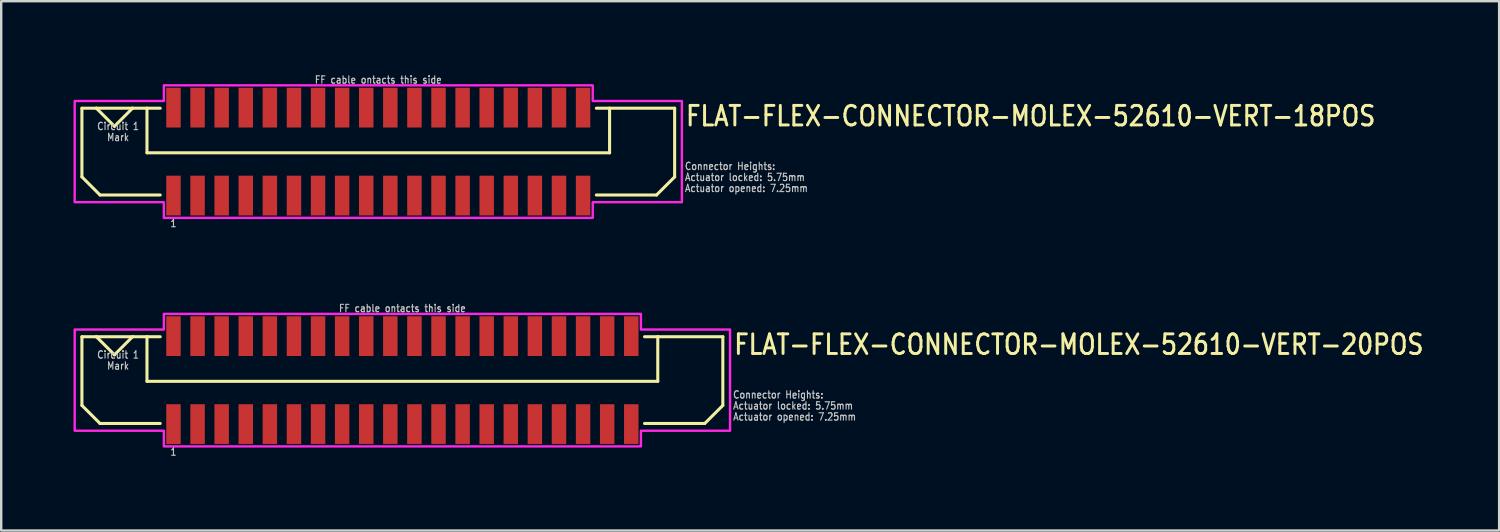
<source format=kicad_pcb>
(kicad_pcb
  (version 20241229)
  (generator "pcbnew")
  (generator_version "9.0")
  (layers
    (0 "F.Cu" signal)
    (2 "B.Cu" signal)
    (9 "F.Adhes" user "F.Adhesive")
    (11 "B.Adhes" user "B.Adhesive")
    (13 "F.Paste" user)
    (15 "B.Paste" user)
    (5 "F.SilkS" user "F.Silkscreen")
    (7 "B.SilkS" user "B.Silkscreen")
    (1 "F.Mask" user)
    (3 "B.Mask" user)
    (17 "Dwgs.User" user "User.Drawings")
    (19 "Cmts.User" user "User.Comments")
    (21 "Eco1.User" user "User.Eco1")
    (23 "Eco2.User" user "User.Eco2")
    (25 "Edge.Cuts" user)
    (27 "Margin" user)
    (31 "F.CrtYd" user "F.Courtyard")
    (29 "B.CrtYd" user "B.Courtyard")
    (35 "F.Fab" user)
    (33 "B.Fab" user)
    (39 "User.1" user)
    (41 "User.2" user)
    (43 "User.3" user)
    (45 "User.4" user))
  (footprint "FLAT-FLEX-CONNECTOR-MOLEX-52610-VERT-18POS"
    (layer "F.Cu")
    (at 12.65 3.242)
    (property "Reference" "FLAT-FLEX-CONNECTOR-MOLEX-52610-VERT-18POS" (at 12.7 -1 0) (unlocked yes) (layer "F.SilkS") (effects (font (size 0.813 0.695) (thickness 0.122)) (justify left bottom)))
    (fp_line (start -12.3 -1.8) (end -12.3 1.05) (stroke (width 0.127) (type solid)) (layer "F.SilkS"))
    (fp_line (start -12.3 1.05) (end -11.55 1.8) (stroke (width 0.127) (type solid)) (layer "F.SilkS"))
    (fp_line (start -11.7 -1.8) (end -12.3 -1.8) (stroke (width 0.127) (type solid)) (layer "F.SilkS"))
    (fp_line (start -11.7 -1.8) (end -10.95 -1.05) (stroke (width 0.127) (type solid)) (layer "F.SilkS"))
    (fp_line (start -11.55 1.8) (end -9.05 1.8) (stroke (width 0.127) (type solid)) (layer "F.SilkS"))
    (fp_line (start -10.95 -1.05) (end -10.2 -1.8) (stroke (width 0.127) (type solid)) (layer "F.SilkS"))
    (fp_line (start -10.2 -1.8) (end -11.7 -1.8) (stroke (width 0.127) (type solid)) (layer "F.SilkS"))
    (fp_line (start -9.6 -1.8) (end -10.2 -1.8) (stroke (width 0.127) (type solid)) (layer "F.SilkS"))
    (fp_line (start -9.6 -1.8) (end -9.6 0.05) (stroke (width 0.127) (type solid)) (layer "F.SilkS"))
    (fp_line (start -9.6 0.05) (end 9.6 0.05) (stroke (width 0.127) (type solid)) (layer "F.SilkS"))
    (fp_line (start -9.05 -1.8) (end -9.6 -1.8) (stroke (width 0.127) (type solid)) (layer "F.SilkS"))
    (fp_line (start 9.05 -1.8) (end 9.6 -1.8) (stroke (width 0.127) (type solid)) (layer "F.SilkS"))
    (fp_line (start 9.6 -1.8) (end 12.3 -1.8) (stroke (width 0.127) (type solid)) (layer "F.SilkS"))
    (fp_line (start 9.6 0.05) (end 9.6 -1.8) (stroke (width 0.127) (type solid)) (layer "F.SilkS"))
    (fp_line (start 11.55 1.8) (end 9.05 1.8) (stroke (width 0.127) (type solid)) (layer "F.SilkS"))
    (fp_line (start 12.3 -1.8) (end 12.3 1.05) (stroke (width 0.127) (type solid)) (layer "F.SilkS"))
    (fp_line (start 12.3 1.05) (end 11.55 1.8) (stroke (width 0.127) (type solid)) (layer "F.SilkS"))
    (fp_poly (pts (xy -12.6 -2.1) (xy -8.9 -2.1) (xy -8.9 -2.75) (xy 8.9 -2.75) (xy 8.9 -2.1) (xy 12.6 -2.1) (xy 12.6 2.1) (xy 8.9 2.1) (xy 8.9 2.75) (xy -8.9 2.75) (xy -8.9 2.1) (xy -12.6 2.1)) (stroke (width 0.1) (type solid)) (fill no) (layer "F.CrtYd"))
    (fp_text user "Actuator opened: 7.25mm" (at 12.7 1.7 0) (unlocked yes) (layer "Dwgs.User") (effects (font (size 0.305 0.261) (thickness 0.046)) (justify left bottom)))
    (fp_text user "Mark" (at -10.8 -0.771 0) (unlocked yes) (layer "Dwgs.User") (effects (font (size 0.305 0.261) (thickness 0.046)) (justify top)))
    (fp_text user "Connector Heights:" (at 12.7 0.786 0) (unlocked yes) (layer "Dwgs.User") (effects (font (size 0.305 0.261) (thickness 0.046)) (justify left bottom)))
    (fp_text user "1" (at -8.5 2.8 0) (unlocked yes) (layer "Dwgs.User") (effects (font (size 0.305 0.261) (thickness 0.046)) (justify top)))
    (fp_text user "FF cable ontacts this side" (at 0 -2.8 0) (unlocked yes) (layer "Dwgs.User") (effects (font (size 0.305 0.261) (thickness 0.046)) (justify bottom)))
    (fp_text user "Circuit 1" (at -10.8 -1.229 0) (unlocked yes) (layer "Dwgs.User") (effects (font (size 0.305 0.261) (thickness 0.046)) (justify top)))
    (fp_text user "Actuator locked: 5.75mm" (at 12.7 1.243 0) (unlocked yes) (layer "Dwgs.User") (effects (font (size 0.305 0.261) (thickness 0.046)) (justify left bottom)))
    (pad "PC1" smd rect (at -8.5 -1.825) (size 0.6 1.65) (layers "F.Cu" "F.Mask" "F.Paste"))
    (pad "PC2" smd rect (at -7.5 -1.825) (size 0.6 1.65) (layers "F.Cu" "F.Mask" "F.Paste"))
    (pad "PC3" smd rect (at -6.5 -1.825) (size 0.6 1.65) (layers "F.Cu" "F.Mask" "F.Paste"))
    (pad "PC4" smd rect (at -5.5 -1.825) (size 0.6 1.65) (layers "F.Cu" "F.Mask" "F.Paste"))
    (pad "PC5" smd rect (at -4.5 -1.825) (size 0.6 1.65) (layers "F.Cu" "F.Mask" "F.Paste"))
    (pad "PC6" smd rect (at -3.5 -1.825) (size 0.6 1.65) (layers "F.Cu" "F.Mask" "F.Paste"))
    (pad "PC7" smd rect (at -2.5 -1.825) (size 0.6 1.65) (layers "F.Cu" "F.Mask" "F.Paste"))
    (pad "PC8" smd rect (at -1.5 -1.825) (size 0.6 1.65) (layers "F.Cu" "F.Mask" "F.Paste"))
    (pad "PC9" smd rect (at -0.5 -1.825) (size 0.6 1.65) (layers "F.Cu" "F.Mask" "F.Paste"))
    (pad "PC10" smd rect (at 0.5 -1.825) (size 0.6 1.65) (layers "F.Cu" "F.Mask" "F.Paste"))
    (pad "PC11" smd rect (at 1.5 -1.825) (size 0.6 1.65) (layers "F.Cu" "F.Mask" "F.Paste"))
    (pad "PC12" smd rect (at 2.5 -1.825) (size 0.6 1.65) (layers "F.Cu" "F.Mask" "F.Paste"))
    (pad "PC13" smd rect (at 3.5 -1.825) (size 0.6 1.65) (layers "F.Cu" "F.Mask" "F.Paste"))
    (pad "PC14" smd rect (at 4.5 -1.825) (size 0.6 1.65) (layers "F.Cu" "F.Mask" "F.Paste"))
    (pad "PC15" smd rect (at 5.5 -1.825) (size 0.6 1.65) (layers "F.Cu" "F.Mask" "F.Paste"))
    (pad "PC16" smd rect (at 6.5 -1.825) (size 0.6 1.65) (layers "F.Cu" "F.Mask" "F.Paste"))
    (pad "PC17" smd rect (at 7.5 -1.825) (size 0.6 1.65) (layers "F.Cu" "F.Mask" "F.Paste"))
    (pad "PC18" smd rect (at 8.5 -1.825) (size 0.6 1.65) (layers "F.Cu" "F.Mask" "F.Paste"))
    (pad "PS1" smd rect (at -8.5 1.825) (size 0.6 1.65) (layers "F.Cu" "F.Mask" "F.Paste"))
    (pad "PS2" smd rect (at -7.5 1.825) (size 0.6 1.65) (layers "F.Cu" "F.Mask" "F.Paste"))
    (pad "PS3" smd rect (at -6.5 1.825) (size 0.6 1.65) (layers "F.Cu" "F.Mask" "F.Paste"))
    (pad "PS4" smd rect (at -5.5 1.825) (size 0.6 1.65) (layers "F.Cu" "F.Mask" "F.Paste"))
    (pad "PS5" smd rect (at -4.5 1.825) (size 0.6 1.65) (layers "F.Cu" "F.Mask" "F.Paste"))
    (pad "PS6" smd rect (at -3.5 1.825) (size 0.6 1.65) (layers "F.Cu" "F.Mask" "F.Paste"))
    (pad "PS7" smd rect (at -2.5 1.825) (size 0.6 1.65) (layers "F.Cu" "F.Mask" "F.Paste"))
    (pad "PS8" smd rect (at -1.5 1.825) (size 0.6 1.65) (layers "F.Cu" "F.Mask" "F.Paste"))
    (pad "PS9" smd rect (at -0.5 1.825) (size 0.6 1.65) (layers "F.Cu" "F.Mask" "F.Paste"))
    (pad "PS10" smd rect (at 0.5 1.825) (size 0.6 1.65) (layers "F.Cu" "F.Mask" "F.Paste"))
    (pad "PS11" smd rect (at 1.5 1.825) (size 0.6 1.65) (layers "F.Cu" "F.Mask" "F.Paste"))
    (pad "PS12" smd rect (at 2.5 1.825) (size 0.6 1.65) (layers "F.Cu" "F.Mask" "F.Paste"))
    (pad "PS13" smd rect (at 3.5 1.825) (size 0.6 1.65) (layers "F.Cu" "F.Mask" "F.Paste"))
    (pad "PS14" smd rect (at 4.5 1.825) (size 0.6 1.65) (layers "F.Cu" "F.Mask" "F.Paste"))
    (pad "PS15" smd rect (at 5.5 1.825) (size 0.6 1.65) (layers "F.Cu" "F.Mask" "F.Paste"))
    (pad "PS16" smd rect (at 6.5 1.825) (size 0.6 1.65) (layers "F.Cu" "F.Mask" "F.Paste"))
    (pad "PS17" smd rect (at 7.5 1.825) (size 0.6 1.65) (layers "F.Cu" "F.Mask" "F.Paste"))
    (pad "PS18" smd rect (at 8.5 1.825) (size 0.6 1.65) (layers "F.Cu" "F.Mask" "F.Paste")))
  (footprint "FLAT-FLEX-CONNECTOR-MOLEX-52610-VERT-20POS"
    (layer "F.Cu")
    (at 13.65 12.726)
    (property "Reference" "FLAT-FLEX-CONNECTOR-MOLEX-52610-VERT-20POS" (at 13.7 -1 0) (unlocked yes) (layer "F.SilkS") (effects (font (size 0.813 0.695) (thickness 0.122)) (justify left bottom)))
    (fp_line (start -13.3 -1.8) (end -13.3 1.05) (stroke (width 0.127) (type solid)) (layer "F.SilkS"))
    (fp_line (start -13.3 1.05) (end -12.55 1.8) (stroke (width 0.127) (type solid)) (layer "F.SilkS"))
    (fp_line (start -12.7 -1.8) (end -13.3 -1.8) (stroke (width 0.127) (type solid)) (layer "F.SilkS"))
    (fp_line (start -12.7 -1.8) (end -11.95 -1.05) (stroke (width 0.127) (type solid)) (layer "F.SilkS"))
    (fp_line (start -12.55 1.8) (end -10.05 1.8) (stroke (width 0.127) (type solid)) (layer "F.SilkS"))
    (fp_line (start -11.95 -1.05) (end -11.2 -1.8) (stroke (width 0.127) (type solid)) (layer "F.SilkS"))
    (fp_line (start -11.2 -1.8) (end -12.7 -1.8) (stroke (width 0.127) (type solid)) (layer "F.SilkS"))
    (fp_line (start -10.6 -1.8) (end -11.2 -1.8) (stroke (width 0.127) (type solid)) (layer "F.SilkS"))
    (fp_line (start -10.6 -1.8) (end -10.6 0.05) (stroke (width 0.127) (type solid)) (layer "F.SilkS"))
    (fp_line (start -10.6 0.05) (end 10.6 0.05) (stroke (width 0.127) (type solid)) (layer "F.SilkS"))
    (fp_line (start -10.05 -1.8) (end -10.6 -1.8) (stroke (width 0.127) (type solid)) (layer "F.SilkS"))
    (fp_line (start 10.05 -1.8) (end 10.6 -1.8) (stroke (width 0.127) (type solid)) (layer "F.SilkS"))
    (fp_line (start 10.6 -1.8) (end 13.3 -1.8) (stroke (width 0.127) (type solid)) (layer "F.SilkS"))
    (fp_line (start 10.6 0.05) (end 10.6 -1.8) (stroke (width 0.127) (type solid)) (layer "F.SilkS"))
    (fp_line (start 12.55 1.8) (end 10.05 1.8) (stroke (width 0.127) (type solid)) (layer "F.SilkS"))
    (fp_line (start 13.3 -1.8) (end 13.3 1.05) (stroke (width 0.127) (type solid)) (layer "F.SilkS"))
    (fp_line (start 13.3 1.05) (end 12.55 1.8) (stroke (width 0.127) (type solid)) (layer "F.SilkS"))
    (fp_poly (pts (xy -13.6 -2.1) (xy -9.9 -2.1) (xy -9.9 -2.75) (xy 9.9 -2.75) (xy 9.9 -2.1) (xy 13.6 -2.1) (xy 13.6 2.1) (xy 9.9 2.1) (xy 9.9 2.75) (xy -9.9 2.75) (xy -9.9 2.1) (xy -13.6 2.1)) (stroke (width 0.1) (type solid)) (fill no) (layer "F.CrtYd"))
    (fp_text user "Connector Heights:" (at 13.7 0.786 0) (unlocked yes) (layer "Dwgs.User") (effects (font (size 0.305 0.261) (thickness 0.046)) (justify left bottom)))
    (fp_text user "1" (at -9.5 2.8 0) (unlocked yes) (layer "Dwgs.User") (effects (font (size 0.305 0.261) (thickness 0.046)) (justify top)))
    (fp_text user "Actuator locked: 5.75mm" (at 13.7 1.243 0) (unlocked yes) (layer "Dwgs.User") (effects (font (size 0.305 0.261) (thickness 0.046)) (justify left bottom)))
    (fp_text user "Actuator opened: 7.25mm" (at 13.7 1.7 0) (unlocked yes) (layer "Dwgs.User") (effects (font (size 0.305 0.261) (thickness 0.046)) (justify left bottom)))
    (fp_text user "Mark" (at -11.8 -0.771 0) (unlocked yes) (layer "Dwgs.User") (effects (font (size 0.305 0.261) (thickness 0.046)) (justify top)))
    (fp_text user "FF cable ontacts this side" (at 0 -2.8 0) (unlocked yes) (layer "Dwgs.User") (effects (font (size 0.305 0.261) (thickness 0.046)) (justify bottom)))
    (fp_text user "Circuit 1" (at -11.8 -1.229 0) (unlocked yes) (layer "Dwgs.User") (effects (font (size 0.305 0.261) (thickness 0.046)) (justify top)))
    (pad "PC1" smd rect (at -9.5 -1.825) (size 0.6 1.65) (layers "F.Cu" "F.Mask" "F.Paste"))
    (pad "PC2" smd rect (at -8.5 -1.825) (size 0.6 1.65) (layers "F.Cu" "F.Mask" "F.Paste"))
    (pad "PC3" smd rect (at -7.5 -1.825) (size 0.6 1.65) (layers "F.Cu" "F.Mask" "F.Paste"))
    (pad "PC4" smd rect (at -6.5 -1.825) (size 0.6 1.65) (layers "F.Cu" "F.Mask" "F.Paste"))
    (pad "PC5" smd rect (at -5.5 -1.825) (size 0.6 1.65) (layers "F.Cu" "F.Mask" "F.Paste"))
    (pad "PC6" smd rect (at -4.5 -1.825) (size 0.6 1.65) (layers "F.Cu" "F.Mask" "F.Paste"))
    (pad "PC7" smd rect (at -3.5 -1.825) (size 0.6 1.65) (layers "F.Cu" "F.Mask" "F.Paste"))
    (pad "PC8" smd rect (at -2.5 -1.825) (size 0.6 1.65) (layers "F.Cu" "F.Mask" "F.Paste"))
    (pad "PC9" smd rect (at -1.5 -1.825) (size 0.6 1.65) (layers "F.Cu" "F.Mask" "F.Paste"))
    (pad "PC10" smd rect (at -0.5 -1.825) (size 0.6 1.65) (layers "F.Cu" "F.Mask" "F.Paste"))
    (pad "PC11" smd rect (at 0.5 -1.825) (size 0.6 1.65) (layers "F.Cu" "F.Mask" "F.Paste"))
    (pad "PC12" smd rect (at 1.5 -1.825) (size 0.6 1.65) (layers "F.Cu" "F.Mask" "F.Paste"))
    (pad "PC13" smd rect (at 2.5 -1.825) (size 0.6 1.65) (layers "F.Cu" "F.Mask" "F.Paste"))
    (pad "PC14" smd rect (at 3.5 -1.825) (size 0.6 1.65) (layers "F.Cu" "F.Mask" "F.Paste"))
    (pad "PC15" smd rect (at 4.5 -1.825) (size 0.6 1.65) (layers "F.Cu" "F.Mask" "F.Paste"))
    (pad "PC16" smd rect (at 5.5 -1.825) (size 0.6 1.65) (layers "F.Cu" "F.Mask" "F.Paste"))
    (pad "PC17" smd rect (at 6.5 -1.825) (size 0.6 1.65) (layers "F.Cu" "F.Mask" "F.Paste"))
    (pad "PC18" smd rect (at 7.5 -1.825) (size 0.6 1.65) (layers "F.Cu" "F.Mask" "F.Paste"))
    (pad "PC19" smd rect (at 8.5 -1.825) (size 0.6 1.65) (layers "F.Cu" "F.Mask" "F.Paste"))
    (pad "PC20" smd rect (at 9.5 -1.825) (size 0.6 1.65) (layers "F.Cu" "F.Mask" "F.Paste"))
    (pad "PS1" smd rect (at -9.5 1.825) (size 0.6 1.65) (layers "F.Cu" "F.Mask" "F.Paste"))
    (pad "PS2" smd rect (at -8.5 1.825) (size 0.6 1.65) (layers "F.Cu" "F.Mask" "F.Paste"))
    (pad "PS3" smd rect (at -7.5 1.825) (size 0.6 1.65) (layers "F.Cu" "F.Mask" "F.Paste"))
    (pad "PS4" smd rect (at -6.5 1.825) (size 0.6 1.65) (layers "F.Cu" "F.Mask" "F.Paste"))
    (pad "PS5" smd rect (at -5.5 1.825) (size 0.6 1.65) (layers "F.Cu" "F.Mask" "F.Paste"))
    (pad "PS6" smd rect (at -4.5 1.825) (size 0.6 1.65) (layers "F.Cu" "F.Mask" "F.Paste"))
    (pad "PS7" smd rect (at -3.5 1.825) (size 0.6 1.65) (layers "F.Cu" "F.Mask" "F.Paste"))
    (pad "PS8" smd rect (at -2.5 1.825) (size 0.6 1.65) (layers "F.Cu" "F.Mask" "F.Paste"))
    (pad "PS9" smd rect (at -1.5 1.825) (size 0.6 1.65) (layers "F.Cu" "F.Mask" "F.Paste"))
    (pad "PS10" smd rect (at -0.5 1.825) (size 0.6 1.65) (layers "F.Cu" "F.Mask" "F.Paste"))
    (pad "PS11" smd rect (at 0.5 1.825) (size 0.6 1.65) (layers "F.Cu" "F.Mask" "F.Paste"))
    (pad "PS12" smd rect (at 1.5 1.825) (size 0.6 1.65) (layers "F.Cu" "F.Mask" "F.Paste"))
    (pad "PS13" smd rect (at 2.5 1.825) (size 0.6 1.65) (layers "F.Cu" "F.Mask" "F.Paste"))
    (pad "PS14" smd rect (at 3.5 1.825) (size 0.6 1.65) (layers "F.Cu" "F.Mask" "F.Paste"))
    (pad "PS15" smd rect (at 4.5 1.825) (size 0.6 1.65) (layers "F.Cu" "F.Mask" "F.Paste"))
    (pad "PS16" smd rect (at 5.5 1.825) (size 0.6 1.65) (layers "F.Cu" "F.Mask" "F.Paste"))
    (pad "PS17" smd rect (at 6.5 1.825) (size 0.6 1.65) (layers "F.Cu" "F.Mask" "F.Paste"))
    (pad "PS18" smd rect (at 7.5 1.825) (size 0.6 1.65) (layers "F.Cu" "F.Mask" "F.Paste"))
    (pad "PS19" smd rect (at 8.5 1.825) (size 0.6 1.65) (layers "F.Cu" "F.Mask" "F.Paste"))
    (pad "PS20" smd rect (at 9.5 1.825) (size 0.6 1.65) (layers "F.Cu" "F.Mask" "F.Paste")))
  (gr_rect
    (start -3 -3)
    (end 59.169 18.968)
    (stroke (width 0.1) (type default))
    (fill no)
    (layer "Edge.Cuts")))
</source>
